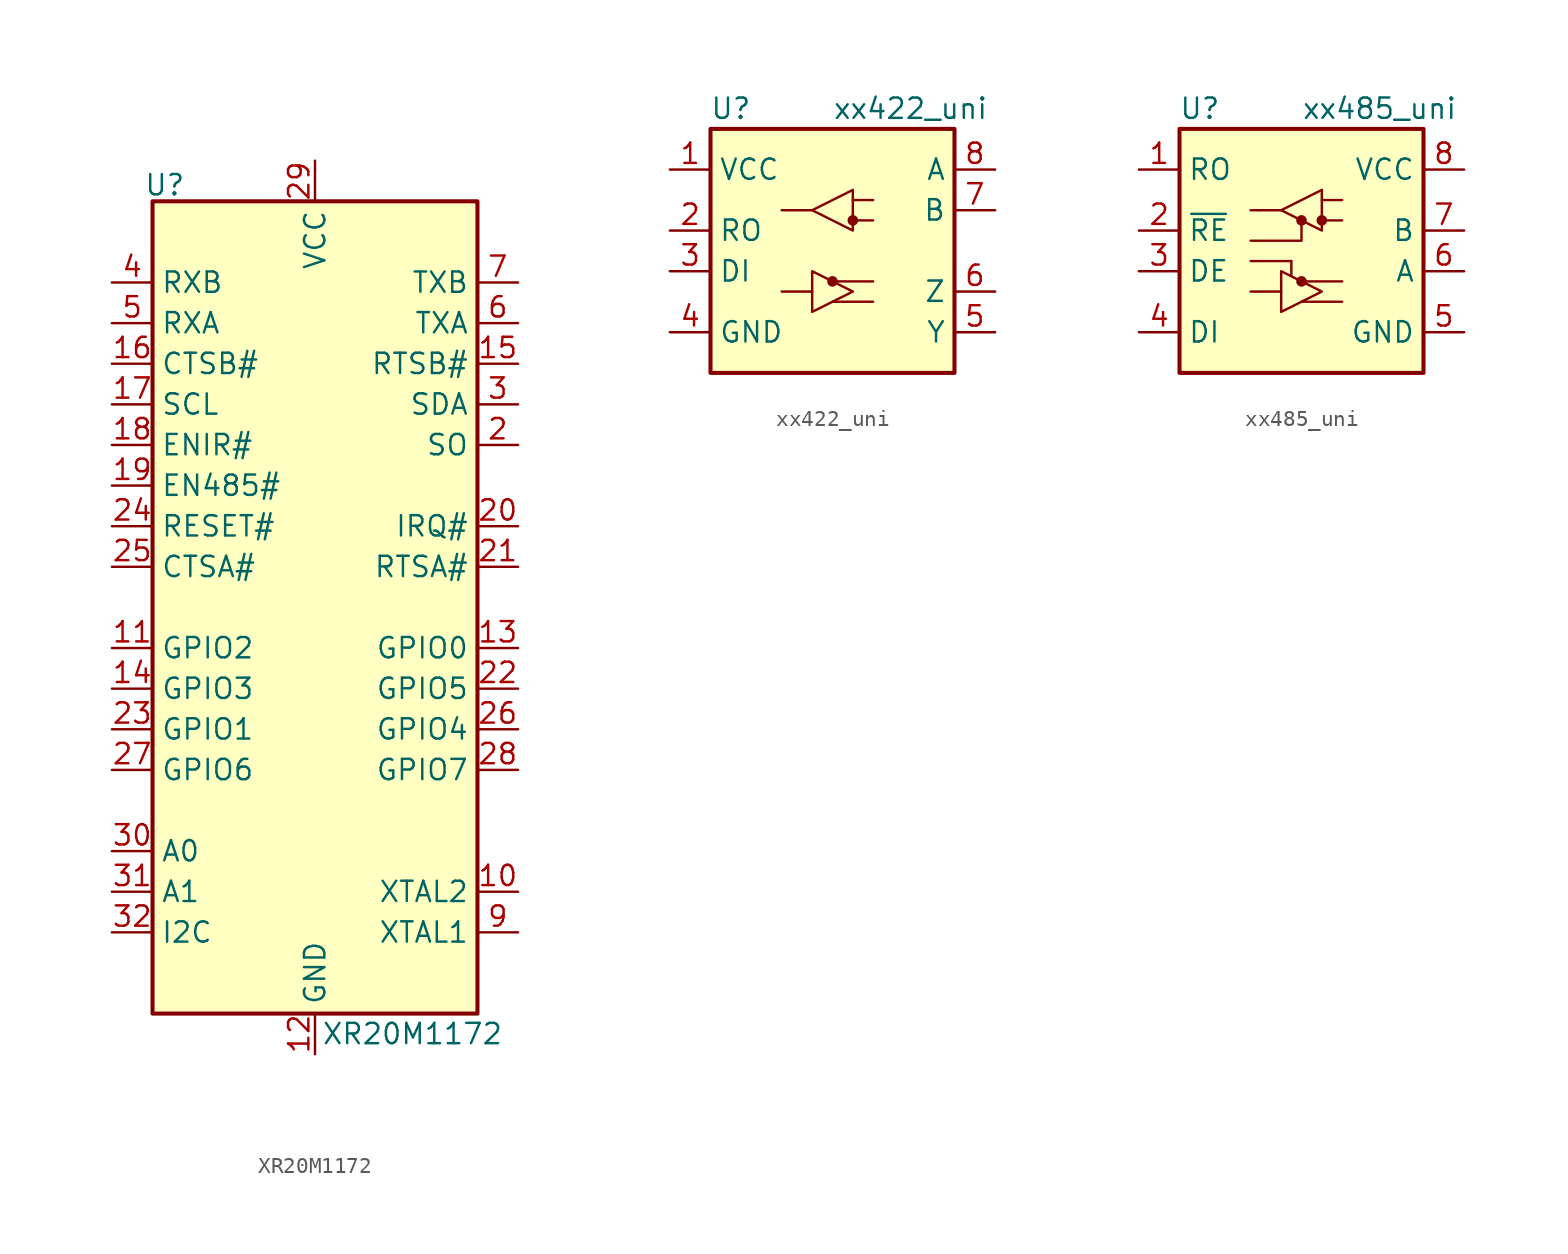
<source format=kicad_sym>
(kicad_symbol_lib
  (version 20231120)
  (generator "kicad_symbol_editor")
  (generator_version "8.0")
  (symbol "XR20M1172"
    (property "Reference" "U"
      (at -9.398 26.416 0)
      (effects (font (size 1.27 1.27))))
    (property "Value" "XR20M1172"
      (at 6.096 -26.67 0)
      (effects (font (size 1.27 1.27))))
    (symbol "XR20M1172_1_1"
      (rectangle (start -10.16 25.4) (end 10.16 -25.4) (stroke (width 0.254) (type default)) (fill (type background)))
      (pin no_connect line (at 7.62 27.94 270) (length 2.54) hide (name "N.C" (effects (font (size 1.27 1.27)))) (number "1" (effects (font (size 1.27 1.27)))))
      (pin output line (at 12.7 -17.78 180) (length 2.54) (name "XTAL2" (effects (font (size 1.27 1.27)))) (number "10" (effects (font (size 1.27 1.27)))))
      (pin bidirectional line (at -12.7 -2.54 0) (length 2.54) (name "GPIO2" (effects (font (size 1.27 1.27)))) (number "11" (effects (font (size 1.27 1.27)))) (alternate "CDB#" bidirectional line))
      (pin power_in line (at 0 -27.94 90) (length 2.54) (name "GND" (effects (font (size 1.27 1.27)))) (number "12" (effects (font (size 1.27 1.27)))))
      (pin bidirectional line (at 12.7 -2.54 180) (length 2.54) (name "GPIO0" (effects (font (size 1.27 1.27)))) (number "13" (effects (font (size 1.27 1.27)))) (alternate "DSRB#" bidirectional line))
      (pin bidirectional line (at -12.7 -5.08 0) (length 2.54) (name "GPIO3" (effects (font (size 1.27 1.27)))) (number "14" (effects (font (size 1.27 1.27)))) (alternate "RIB#" bidirectional line))
      (pin output line (at 12.7 15.24 180) (length 2.54) (name "RTSB#" (effects (font (size 1.27 1.27)))) (number "15" (effects (font (size 1.27 1.27)))))
      (pin input line (at -12.7 15.24 0) (length 2.54) (name "CTSB#" (effects (font (size 1.27 1.27)))) (number "16" (effects (font (size 1.27 1.27)))))
      (pin input line (at -12.7 12.7 0) (length 2.54) (name "SCL" (effects (font (size 1.27 1.27)))) (number "17" (effects (font (size 1.27 1.27)))))
      (pin input line (at -12.7 10.16 0) (length 2.54) (name "ENIR#" (effects (font (size 1.27 1.27)))) (number "18" (effects (font (size 1.27 1.27)))))
      (pin input line (at -12.7 7.62 0) (length 2.54) (name "EN485#" (effects (font (size 1.27 1.27)))) (number "19" (effects (font (size 1.27 1.27)))))
      (pin output line (at 12.7 10.16 180) (length 2.54) (name "SO" (effects (font (size 1.27 1.27)))) (number "2" (effects (font (size 1.27 1.27)))))
      (pin output line (at 12.7 5.08 180) (length 2.54) (name "IRQ#" (effects (font (size 1.27 1.27)))) (number "20" (effects (font (size 1.27 1.27)))))
      (pin output line (at 12.7 2.54 180) (length 2.54) (name "RTSA#" (effects (font (size 1.27 1.27)))) (number "21" (effects (font (size 1.27 1.27)))))
      (pin bidirectional line (at 12.7 -5.08 180) (length 2.54) (name "GPIO5" (effects (font (size 1.27 1.27)))) (number "22" (effects (font (size 1.27 1.27)))) (alternate "DTRA#" bidirectional line))
      (pin bidirectional line (at -12.7 -7.62 0) (length 2.54) (name "GPIO1" (effects (font (size 1.27 1.27)))) (number "23" (effects (font (size 1.27 1.27)))) (alternate "DTRB#" bidirectional line))
      (pin input line (at -12.7 5.08 0) (length 2.54) (name "RESET#" (effects (font (size 1.27 1.27)))) (number "24" (effects (font (size 1.27 1.27)))))
      (pin input line (at -12.7 2.54 0) (length 2.54) (name "CTSA#" (effects (font (size 1.27 1.27)))) (number "25" (effects (font (size 1.27 1.27)))))
      (pin bidirectional line (at 12.7 -7.62 180) (length 2.54) (name "GPIO4" (effects (font (size 1.27 1.27)))) (number "26" (effects (font (size 1.27 1.27)))) (alternate "DSRA#" bidirectional line))
      (pin bidirectional line (at -12.7 -10.16 0) (length 2.54) (name "GPIO6" (effects (font (size 1.27 1.27)))) (number "27" (effects (font (size 1.27 1.27)))) (alternate "CDA#" bidirectional line))
      (pin bidirectional line (at 12.7 -10.16 180) (length 2.54) (name "GPIO7" (effects (font (size 1.27 1.27)))) (number "28" (effects (font (size 1.27 1.27)))) (alternate "RIA#" bidirectional line))
      (pin power_in line (at 0 27.94 270) (length 2.54) (name "VCC" (effects (font (size 1.27 1.27)))) (number "29" (effects (font (size 1.27 1.27)))))
      (pin output line (at 12.7 12.7 180) (length 2.54) (name "SDA" (effects (font (size 1.27 1.27)))) (number "3" (effects (font (size 1.27 1.27)))))
      (pin input line (at -12.7 -15.24 0) (length 2.54) (name "A0" (effects (font (size 1.27 1.27)))) (number "30" (effects (font (size 1.27 1.27)))) (alternate "CS#" input line))
      (pin input line (at -12.7 -17.78 0) (length 2.54) (name "A1" (effects (font (size 1.27 1.27)))) (number "31" (effects (font (size 1.27 1.27)))) (alternate "SI" input line))
      (pin input line (at -12.7 -20.32 0) (length 2.54) (name "I2C" (effects (font (size 1.27 1.27)))) (number "32" (effects (font (size 1.27 1.27)))) (alternate "SPI#" input line))
      (pin power_in line (at 0 -27.94 90) (length 2.54) hide (name "GND" (effects (font (size 1.27 1.27)))) (number "33" (effects (font (size 1.27 1.27)))))
      (pin input line (at -12.7 20.32 0) (length 2.54) (name "RXB" (effects (font (size 1.27 1.27)))) (number "4" (effects (font (size 1.27 1.27)))))
      (pin input line (at -12.7 17.78 0) (length 2.54) (name "RXA" (effects (font (size 1.27 1.27)))) (number "5" (effects (font (size 1.27 1.27)))))
      (pin output line (at 12.7 17.78 180) (length 2.54) (name "TXA" (effects (font (size 1.27 1.27)))) (number "6" (effects (font (size 1.27 1.27)))))
      (pin output line (at 12.7 20.32 180) (length 2.54) (name "TXB" (effects (font (size 1.27 1.27)))) (number "7" (effects (font (size 1.27 1.27)))))
      (pin no_connect line (at 5.08 27.94 270) (length 2.54) hide (name "N.C" (effects (font (size 1.27 1.27)))) (number "8" (effects (font (size 1.27 1.27)))))
      (pin input line (at 12.7 -20.32 180) (length 2.54) (name "XTAL1" (effects (font (size 1.27 1.27)))) (number "9" (effects (font (size 1.27 1.27)))))))
  (symbol "xx422_uni"
    (property "Reference" "U"
      (at -6.35 8.89 0)
      (effects (font (size 1.27 1.27))))
    (property "Value" "xx422_uni"
      (at 0 8.89 0)
      (effects (font (size 1.27 1.27)) (justify left)))
    (symbol "xx422_uni_0_1"
      (rectangle (start -7.62 7.62) (end 7.62 -7.62) (stroke (width 0.254) (type default)) (fill (type background)))
      (polyline (pts (xy -1.27 -2.54) (xy -3.175 -2.54)) (stroke (width 0) (type default)) (fill (type none)))
      (polyline (pts (xy -1.27 2.54) (xy -3.175 2.54)) (stroke (width 0) (type default)) (fill (type none)))
      (polyline (pts (xy 0 -3.175) (xy 2.54 -3.175)) (stroke (width 0) (type default)) (fill (type none)))
      (polyline (pts (xy 0 -1.905) (xy 2.54 -1.905)) (stroke (width 0) (type default)) (fill (type none)))
      (polyline (pts (xy 1.27 1.905) (xy 2.54 1.905)) (stroke (width 0) (type default)) (fill (type none)))
      (polyline (pts (xy 1.27 3.175) (xy 2.54 3.175)) (stroke (width 0) (type default)) (fill (type none)))
      (polyline (pts (xy -1.27 2.54) (xy 1.27 3.81) (xy 1.27 1.27) (xy -1.27 2.54)) (stroke (width 0) (type default)) (fill (type none)))
      (circle (center 1.27 1.905) (radius 0.254) (stroke (width 0) (type default)) (fill (type outline))))
    (symbol "xx422_uni_1_1"
      (circle (center 0 -1.905) (radius 0.254) (stroke (width 0) (type default)) (fill (type outline)))
      (polyline (pts (xy 1.27 -2.54) (xy -1.27 -3.81) (xy -1.27 -1.27) (xy 1.27 -2.54)) (stroke (width 0) (type default)) (fill (type none)))
      (pin power_in line (at -10.16 5.08 0) (length 2.54) (name "VCC" (effects (font (size 1.27 1.27)))) (number "1" (effects (font (size 1.27 1.27)))))
      (pin input line (at -10.16 1.27 0) (length 2.54) (name "RO" (effects (font (size 1.27 1.27)))) (number "2" (effects (font (size 1.27 1.27)))))
      (pin input line (at -10.16 -1.27 0) (length 2.54) (name "DI" (effects (font (size 1.27 1.27)))) (number "3" (effects (font (size 1.27 1.27)))))
      (pin power_in line (at -10.16 -5.08 0) (length 2.54) (name "GND" (effects (font (size 1.27 1.27)))) (number "4" (effects (font (size 1.27 1.27)))))
      (pin output line (at 10.16 -5.08 180) (length 2.54) (name "Y" (effects (font (size 1.27 1.27)))) (number "5" (effects (font (size 1.27 1.27)))))
      (pin output line (at 10.16 -2.54 180) (length 2.54) (name "Z" (effects (font (size 1.27 1.27)))) (number "6" (effects (font (size 1.27 1.27)))))
      (pin input line (at 10.16 2.54 180) (length 2.54) (name "B" (effects (font (size 1.27 1.27)))) (number "7" (effects (font (size 1.27 1.27)))))
      (pin input line (at 10.16 5.08 180) (length 2.54) (name "A" (effects (font (size 1.27 1.27)))) (number "8" (effects (font (size 1.27 1.27)))))))
  (symbol "xx485_uni"
    (property "Reference" "U"
      (at -6.35 8.89 0)
      (effects (font (size 1.27 1.27))))
    (property "Value" "xx485_uni"
      (at 0 8.89 0)
      (effects (font (size 1.27 1.27)) (justify left)))
    (symbol "xx485_uni_0_1"
      (rectangle (start -7.62 7.62) (end 7.62 -7.62) (stroke (width 0.254) (type default)) (fill (type background)))
      (polyline (pts (xy -1.27 -2.54) (xy -3.175 -2.54)) (stroke (width 0) (type default)) (fill (type none)))
      (polyline (pts (xy -1.27 2.54) (xy -3.175 2.54)) (stroke (width 0) (type default)) (fill (type none)))
      (polyline (pts (xy -0.635 -1.524) (xy -0.635 -0.635)) (stroke (width 0) (type default)) (fill (type none)))
      (polyline (pts (xy -0.635 -0.635) (xy -3.175 -0.635)) (stroke (width 0) (type default)) (fill (type none)))
      (polyline (pts (xy 0 -3.175) (xy 2.54 -3.175)) (stroke (width 0) (type default)) (fill (type none)))
      (polyline (pts (xy 0 -1.905) (xy 2.54 -1.905)) (stroke (width 0) (type default)) (fill (type none)))
      (polyline (pts (xy 1.27 1.905) (xy 2.54 1.905)) (stroke (width 0) (type default)) (fill (type none)))
      (polyline (pts (xy 1.27 3.175) (xy 2.54 3.175)) (stroke (width 0) (type default)) (fill (type none)))
      (polyline (pts (xy 0 1.905) (xy 0 0.635) (xy -3.175 0.635)) (stroke (width 0) (type default)) (fill (type none)))
      (polyline (pts (xy -1.27 2.54) (xy 1.27 3.81) (xy 1.27 1.27) (xy -1.27 2.54)) (stroke (width 0) (type default)) (fill (type none)))
      (circle (center 0 1.905) (radius 0.254) (stroke (width 0) (type default)) (fill (type outline)))
      (circle (center 1.27 1.905) (radius 0.254) (stroke (width 0) (type default)) (fill (type outline))))
    (symbol "xx485_uni_1_1"
      (circle (center 0 -1.905) (radius 0.254) (stroke (width 0) (type default)) (fill (type outline)))
      (polyline (pts (xy 1.27 -2.54) (xy -1.27 -3.81) (xy -1.27 -1.27) (xy 1.27 -2.54)) (stroke (width 0) (type default)) (fill (type none)))
      (pin output line (at -10.16 5.08 0) (length 2.54) (name "RO" (effects (font (size 1.27 1.27)))) (number "1" (effects (font (size 1.27 1.27)))))
      (pin input line (at -10.16 1.27 0) (length 2.54) (name "~{RE}" (effects (font (size 1.27 1.27)))) (number "2" (effects (font (size 1.27 1.27)))))
      (pin input line (at -10.16 -1.27 0) (length 2.54) (name "DE" (effects (font (size 1.27 1.27)))) (number "3" (effects (font (size 1.27 1.27)))))
      (pin input line (at -10.16 -5.08 0) (length 2.54) (name "DI" (effects (font (size 1.27 1.27)))) (number "4" (effects (font (size 1.27 1.27)))))
      (pin power_in line (at 10.16 -5.08 180) (length 2.54) (name "GND" (effects (font (size 1.27 1.27)))) (number "5" (effects (font (size 1.27 1.27)))))
      (pin bidirectional line (at 10.16 -1.27 180) (length 2.54) (name "A" (effects (font (size 1.27 1.27)))) (number "6" (effects (font (size 1.27 1.27)))))
      (pin bidirectional line (at 10.16 1.27 180) (length 2.54) (name "B" (effects (font (size 1.27 1.27)))) (number "7" (effects (font (size 1.27 1.27)))))
      (pin power_in line (at 10.16 5.08 180) (length 2.54) (name "VCC" (effects (font (size 1.27 1.27)))) (number "8" (effects (font (size 1.27 1.27))))))))
</source>
